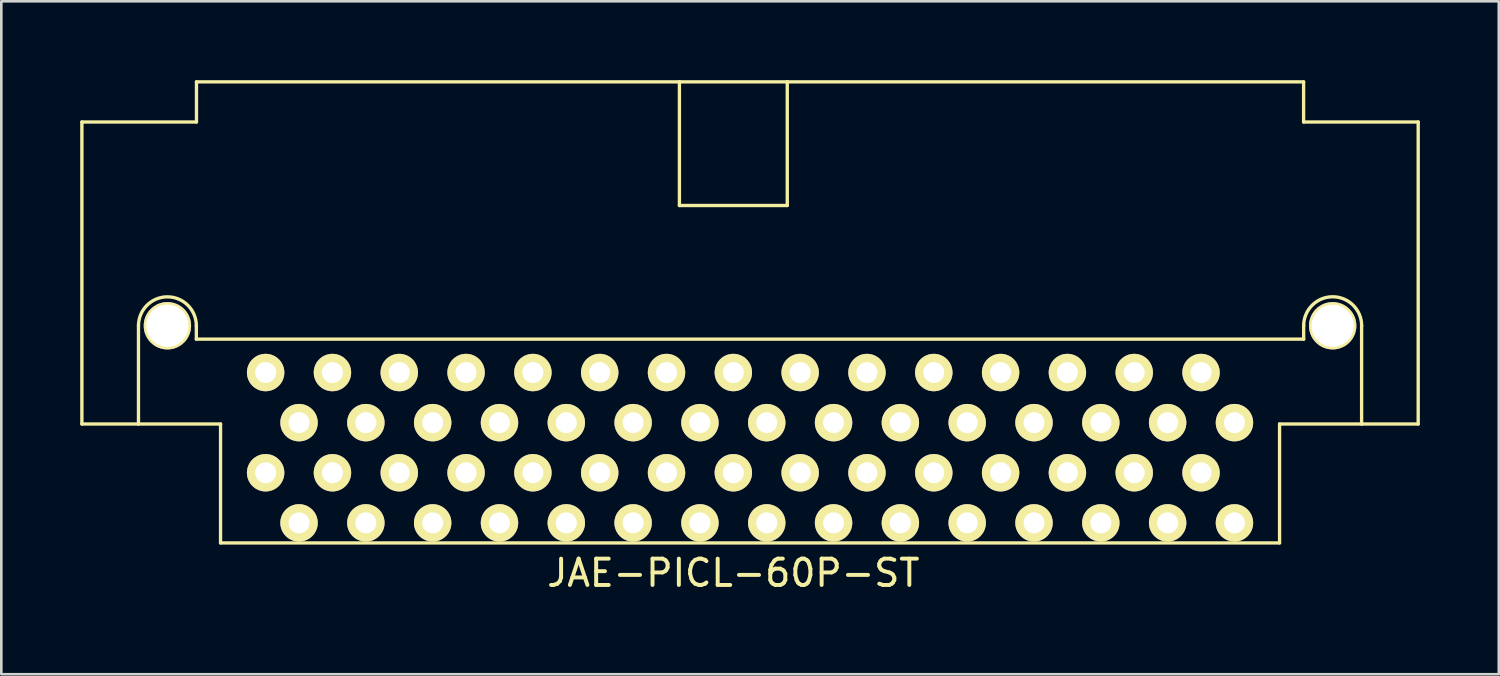
<source format=kicad_pcb>
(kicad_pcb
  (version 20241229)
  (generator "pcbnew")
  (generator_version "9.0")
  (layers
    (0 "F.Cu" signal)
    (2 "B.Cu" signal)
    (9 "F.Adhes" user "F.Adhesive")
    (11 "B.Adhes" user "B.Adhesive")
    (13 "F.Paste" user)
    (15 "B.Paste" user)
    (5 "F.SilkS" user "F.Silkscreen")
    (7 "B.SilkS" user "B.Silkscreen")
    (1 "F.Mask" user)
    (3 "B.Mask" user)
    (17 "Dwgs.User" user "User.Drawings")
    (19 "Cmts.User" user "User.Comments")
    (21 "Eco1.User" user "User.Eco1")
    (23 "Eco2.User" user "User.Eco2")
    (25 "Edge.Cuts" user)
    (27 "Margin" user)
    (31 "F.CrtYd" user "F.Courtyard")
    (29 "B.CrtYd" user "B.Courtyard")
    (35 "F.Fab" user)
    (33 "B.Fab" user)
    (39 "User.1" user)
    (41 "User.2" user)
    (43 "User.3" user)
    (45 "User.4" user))
  (footprint "JAE-PICL-60P-ST"
    (layer "F.Cu")
    (at 24.828 13.652)
    (property "Reference" "JAE-PICL-60P-ST" (at 0 5.08 0) (layer "F.SilkS") (effects (font (size 1 1) (thickness 0.15))))
    (attr exclude_from_pos_files exclude_from_bom)
    (fp_line (start -24.765 -12.065) (end -20.409 -12.065) (stroke (width 0.127) (type solid)) (layer "F.SilkS"))
    (fp_line (start -24.765 -0.584) (end -24.765 -12.065) (stroke (width 0.127) (type solid)) (layer "F.SilkS"))
    (fp_line (start -22.614 -0.584) (end -24.765 -0.584) (stroke (width 0.127) (type solid)) (layer "F.SilkS"))
    (fp_line (start -22.614 -0.584) (end -22.614 -4.318) (stroke (width 0.127) (type solid)) (layer "F.SilkS"))
    (fp_line (start -20.414 -3.81) (end -20.414 -4.318) (stroke (width 0.127) (type solid)) (layer "F.SilkS"))
    (fp_line (start -20.414 -3.81) (end 21.681 -3.81) (stroke (width 0.127) (type solid)) (layer "F.SilkS"))
    (fp_line (start -20.409 -13.589) (end -20.409 -12.065) (stroke (width 0.127) (type solid)) (layer "F.SilkS"))
    (fp_line (start -19.494 -0.584) (end -22.614 -0.584) (stroke (width 0.127) (type solid)) (layer "F.SilkS"))
    (fp_line (start -19.494 -0.584) (end -19.494 3.937) (stroke (width 0.127) (type solid)) (layer "F.SilkS"))
    (fp_line (start -19.494 3.937) (end 20.765 3.937) (stroke (width 0.127) (type solid)) (layer "F.SilkS"))
    (fp_line (start -2.05 -13.589) (end -20.409 -13.589) (stroke (width 0.127) (type solid)) (layer "F.SilkS"))
    (fp_line (start -2.05 -13.589) (end -2.05 -8.89) (stroke (width 0.127) (type solid)) (layer "F.SilkS"))
    (fp_line (start -2.05 -8.89) (end 2.05 -8.89) (stroke (width 0.127) (type solid)) (layer "F.SilkS"))
    (fp_line (start 2.05 -13.589) (end -2.05 -13.589) (stroke (width 0.127) (type solid)) (layer "F.SilkS"))
    (fp_line (start 2.05 -8.89) (end 2.05 -13.589) (stroke (width 0.127) (type solid)) (layer "F.SilkS"))
    (fp_line (start 20.765 3.937) (end 20.765 -0.584) (stroke (width 0.127) (type solid)) (layer "F.SilkS"))
    (fp_line (start 21.679 -13.589) (end 2.05 -13.589) (stroke (width 0.127) (type solid)) (layer "F.SilkS"))
    (fp_line (start 21.679 -12.065) (end 21.679 -13.589) (stroke (width 0.127) (type solid)) (layer "F.SilkS"))
    (fp_line (start 21.679 -12.065) (end 26.035 -12.065) (stroke (width 0.127) (type solid)) (layer "F.SilkS"))
    (fp_line (start 21.681 -3.81) (end 21.681 -4.318) (stroke (width 0.127) (type solid)) (layer "F.SilkS"))
    (fp_line (start 23.884 -0.584) (end 20.765 -0.584) (stroke (width 0.127) (type solid)) (layer "F.SilkS"))
    (fp_line (start 23.884 -0.584) (end 23.884 -4.318) (stroke (width 0.127) (type solid)) (layer "F.SilkS"))
    (fp_line (start 26.035 -12.065) (end 26.035 -0.584) (stroke (width 0.127) (type solid)) (layer "F.SilkS"))
    (fp_line (start 26.035 -0.584) (end 23.884 -0.584) (stroke (width 0.127) (type solid)) (layer "F.SilkS"))
    (fp_arc (start -22.61362 -4.318) (mid -21.5138 -5.41782) (end -20.41398 -4.318) (stroke (width 0.127) (type solid)) (layer "F.SilkS"))
    (fp_arc (start 21.68144 -4.318) (mid 22.7838 -5.42036) (end 23.88616 -4.318) (stroke (width 0.127) (type solid)) (layer "F.SilkS"))
    (pad "" thru_hole circle (at -21.514 -4.318) (size 1.8 1.8) (drill 1.6) (layers "*.Cu" "*.Mask" "F.SilkS"))
    (pad "" thru_hole circle (at 22.784 -4.318) (size 1.8 1.8) (drill 1.6) (layers "*.Cu" "*.Mask" "F.SilkS"))
    (pad "1" thru_hole circle (at 19.05 3.175) (size 1.422 1.422) (drill 0.798) (layers "*.Cu" "F.Mask" "F.SilkS" "F.Paste"))
    (pad "2" thru_hole circle (at 17.78 1.27) (size 1.422 1.422) (drill 0.798) (layers "*.Cu" "F.Mask" "F.SilkS" "F.Paste"))
    (pad "3" thru_hole circle (at 16.51 3.175) (size 1.422 1.422) (drill 0.798) (layers "*.Cu" "F.Mask" "F.SilkS" "F.Paste"))
    (pad "4" thru_hole circle (at 15.24 1.27) (size 1.422 1.422) (drill 0.798) (layers "*.Cu" "F.Mask" "F.SilkS" "F.Paste"))
    (pad "5" thru_hole circle (at 13.97 3.175) (size 1.422 1.422) (drill 0.798) (layers "*.Cu" "F.Mask" "F.SilkS" "F.Paste"))
    (pad "6" thru_hole circle (at 12.7 1.27) (size 1.422 1.422) (drill 0.798) (layers "*.Cu" "F.Mask" "F.SilkS" "F.Paste"))
    (pad "7" thru_hole circle (at 11.43 3.175) (size 1.422 1.422) (drill 0.798) (layers "*.Cu" "F.Mask" "F.SilkS" "F.Paste"))
    (pad "8" thru_hole circle (at 10.16 1.27) (size 1.422 1.422) (drill 0.798) (layers "*.Cu" "F.Mask" "F.SilkS" "F.Paste"))
    (pad "9" thru_hole circle (at 8.89 3.175) (size 1.422 1.422) (drill 0.798) (layers "*.Cu" "F.Mask" "F.SilkS" "F.Paste"))
    (pad "10" thru_hole circle (at 7.62 1.27) (size 1.422 1.422) (drill 0.798) (layers "*.Cu" "F.Mask" "F.SilkS" "F.Paste"))
    (pad "11" thru_hole circle (at 6.35 3.175) (size 1.422 1.422) (drill 0.798) (layers "*.Cu" "F.Mask" "F.SilkS" "F.Paste"))
    (pad "12" thru_hole circle (at 5.08 1.27) (size 1.422 1.422) (drill 0.798) (layers "*.Cu" "F.Mask" "F.SilkS" "F.Paste"))
    (pad "13" thru_hole circle (at 3.81 3.175) (size 1.422 1.422) (drill 0.798) (layers "*.Cu" "F.Mask" "F.SilkS" "F.Paste"))
    (pad "14" thru_hole circle (at 2.54 1.27) (size 1.422 1.422) (drill 0.798) (layers "*.Cu" "F.Mask" "F.SilkS" "F.Paste"))
    (pad "15" thru_hole circle (at 1.27 3.175) (size 1.422 1.422) (drill 0.798) (layers "*.Cu" "F.Mask" "F.SilkS" "F.Paste"))
    (pad "16" thru_hole circle (at 0 1.27) (size 1.422 1.422) (drill 0.798) (layers "*.Cu" "F.Mask" "F.SilkS" "F.Paste"))
    (pad "17" thru_hole circle (at -1.27 3.175) (size 1.422 1.422) (drill 0.798) (layers "*.Cu" "F.Mask" "F.SilkS" "F.Paste"))
    (pad "18" thru_hole circle (at -2.54 1.27) (size 1.422 1.422) (drill 0.798) (layers "*.Cu" "F.Mask" "F.SilkS" "F.Paste"))
    (pad "19" thru_hole circle (at -3.81 3.175) (size 1.422 1.422) (drill 0.798) (layers "*.Cu" "F.Mask" "F.SilkS" "F.Paste"))
    (pad "20" thru_hole circle (at -5.08 1.27) (size 1.422 1.422) (drill 0.798) (layers "*.Cu" "F.Mask" "F.SilkS" "F.Paste"))
    (pad "21" thru_hole circle (at -6.35 3.175) (size 1.422 1.422) (drill 0.798) (layers "*.Cu" "F.Mask" "F.SilkS" "F.Paste"))
    (pad "22" thru_hole circle (at -7.62 1.27) (size 1.422 1.422) (drill 0.798) (layers "*.Cu" "F.Mask" "F.SilkS" "F.Paste"))
    (pad "23" thru_hole circle (at -8.89 3.175) (size 1.422 1.422) (drill 0.798) (layers "*.Cu" "F.Mask" "F.SilkS" "F.Paste"))
    (pad "24" thru_hole circle (at -10.16 1.27) (size 1.422 1.422) (drill 0.798) (layers "*.Cu" "F.Mask" "F.SilkS" "F.Paste"))
    (pad "25" thru_hole circle (at -11.43 3.175) (size 1.422 1.422) (drill 0.798) (layers "*.Cu" "F.Mask" "F.SilkS" "F.Paste"))
    (pad "26" thru_hole circle (at -12.7 1.27) (size 1.422 1.422) (drill 0.798) (layers "*.Cu" "F.Mask" "F.SilkS" "F.Paste"))
    (pad "27" thru_hole circle (at -13.97 3.175) (size 1.422 1.422) (drill 0.798) (layers "*.Cu" "F.Mask" "F.SilkS" "F.Paste"))
    (pad "28" thru_hole circle (at -15.24 1.27) (size 1.422 1.422) (drill 0.798) (layers "*.Cu" "F.Mask" "F.SilkS" "F.Paste"))
    (pad "29" thru_hole circle (at -16.51 3.175) (size 1.422 1.422) (drill 0.798) (layers "*.Cu" "F.Mask" "F.SilkS" "F.Paste"))
    (pad "30" thru_hole circle (at -17.78 1.27) (size 1.422 1.422) (drill 0.798) (layers "*.Cu" "F.Mask" "F.SilkS" "F.Paste"))
    (pad "31" thru_hole circle (at 19.05 -0.635) (size 1.422 1.422) (drill 0.798) (layers "*.Cu" "F.Mask" "F.SilkS" "F.Paste"))
    (pad "32" thru_hole circle (at 17.78 -2.54) (size 1.422 1.422) (drill 0.798) (layers "*.Cu" "F.Mask" "F.SilkS" "F.Paste"))
    (pad "33" thru_hole circle (at 16.51 -0.635) (size 1.422 1.422) (drill 0.798) (layers "*.Cu" "F.Mask" "F.SilkS" "F.Paste"))
    (pad "34" thru_hole circle (at 15.24 -2.54) (size 1.422 1.422) (drill 0.798) (layers "*.Cu" "F.Mask" "F.SilkS" "F.Paste"))
    (pad "35" thru_hole circle (at 13.97 -0.635) (size 1.422 1.422) (drill 0.798) (layers "*.Cu" "F.Mask" "F.SilkS" "F.Paste"))
    (pad "36" thru_hole circle (at 12.7 -2.54) (size 1.422 1.422) (drill 0.798) (layers "*.Cu" "F.Mask" "F.SilkS" "F.Paste"))
    (pad "37" thru_hole circle (at 11.43 -0.635) (size 1.422 1.422) (drill 0.798) (layers "*.Cu" "F.Mask" "F.SilkS" "F.Paste"))
    (pad "38" thru_hole circle (at 10.16 -2.54) (size 1.422 1.422) (drill 0.798) (layers "*.Cu" "F.Mask" "F.SilkS" "F.Paste"))
    (pad "39" thru_hole circle (at 8.89 -0.635) (size 1.422 1.422) (drill 0.798) (layers "*.Cu" "F.Mask" "F.SilkS" "F.Paste"))
    (pad "40" thru_hole circle (at 7.62 -2.54) (size 1.422 1.422) (drill 0.798) (layers "*.Cu" "F.Mask" "F.SilkS" "F.Paste"))
    (pad "41" thru_hole circle (at 6.35 -0.635) (size 1.422 1.422) (drill 0.798) (layers "*.Cu" "F.Mask" "F.SilkS" "F.Paste"))
    (pad "42" thru_hole circle (at 5.08 -2.54) (size 1.422 1.422) (drill 0.798) (layers "*.Cu" "F.Mask" "F.SilkS" "F.Paste"))
    (pad "43" thru_hole circle (at 3.81 -0.635) (size 1.422 1.422) (drill 0.798) (layers "*.Cu" "F.Mask" "F.SilkS" "F.Paste"))
    (pad "44" thru_hole circle (at 2.54 -2.54) (size 1.422 1.422) (drill 0.798) (layers "*.Cu" "F.Mask" "F.SilkS" "F.Paste"))
    (pad "45" thru_hole circle (at 1.27 -0.635) (size 1.422 1.422) (drill 0.798) (layers "*.Cu" "F.Mask" "F.SilkS" "F.Paste"))
    (pad "46" thru_hole circle (at 0 -2.54) (size 1.422 1.422) (drill 0.798) (layers "*.Cu" "F.Mask" "F.SilkS" "F.Paste"))
    (pad "47" thru_hole circle (at -1.27 -0.635) (size 1.422 1.422) (drill 0.798) (layers "*.Cu" "F.Mask" "F.SilkS" "F.Paste"))
    (pad "48" thru_hole circle (at -2.54 -2.54) (size 1.422 1.422) (drill 0.798) (layers "*.Cu" "F.Mask" "F.SilkS" "F.Paste"))
    (pad "49" thru_hole circle (at -3.81 -0.635) (size 1.422 1.422) (drill 0.798) (layers "*.Cu" "F.Mask" "F.SilkS" "F.Paste"))
    (pad "50" thru_hole circle (at -5.08 -2.54) (size 1.422 1.422) (drill 0.798) (layers "*.Cu" "F.Mask" "F.SilkS" "F.Paste"))
    (pad "51" thru_hole circle (at -6.35 -0.635) (size 1.422 1.422) (drill 0.798) (layers "*.Cu" "F.Mask" "F.SilkS" "F.Paste"))
    (pad "52" thru_hole circle (at -7.62 -2.54) (size 1.422 1.422) (drill 0.798) (layers "*.Cu" "F.Mask" "F.SilkS" "F.Paste"))
    (pad "53" thru_hole circle (at -8.89 -0.635) (size 1.422 1.422) (drill 0.798) (layers "*.Cu" "F.Mask" "F.SilkS" "F.Paste"))
    (pad "54" thru_hole circle (at -10.16 -2.54) (size 1.422 1.422) (drill 0.798) (layers "*.Cu" "F.Mask" "F.SilkS" "F.Paste"))
    (pad "55" thru_hole circle (at -11.43 -0.635) (size 1.422 1.422) (drill 0.798) (layers "*.Cu" "F.Mask" "F.SilkS" "F.Paste"))
    (pad "56" thru_hole circle (at -12.7 -2.54) (size 1.422 1.422) (drill 0.798) (layers "*.Cu" "F.Mask" "F.SilkS" "F.Paste"))
    (pad "57" thru_hole circle (at -13.97 -0.635) (size 1.422 1.422) (drill 0.798) (layers "*.Cu" "F.Mask" "F.SilkS" "F.Paste"))
    (pad "58" thru_hole circle (at -15.24 -2.54) (size 1.422 1.422) (drill 0.798) (layers "*.Cu" "F.Mask" "F.SilkS" "F.Paste"))
    (pad "59" thru_hole circle (at -16.51 -0.635) (size 1.422 1.422) (drill 0.798) (layers "*.Cu" "F.Mask" "F.SilkS" "F.Paste"))
    (pad "60" thru_hole circle (at -17.78 -2.54) (size 1.422 1.422) (drill 0.798) (layers "*.Cu" "F.Mask" "F.SilkS" "F.Paste")))
  (gr_rect
    (start -3 -3)
    (end 53.927 22.581)
    (stroke (width 0.1) (type default))
    (fill no)
    (layer "Edge.Cuts")))
</source>
